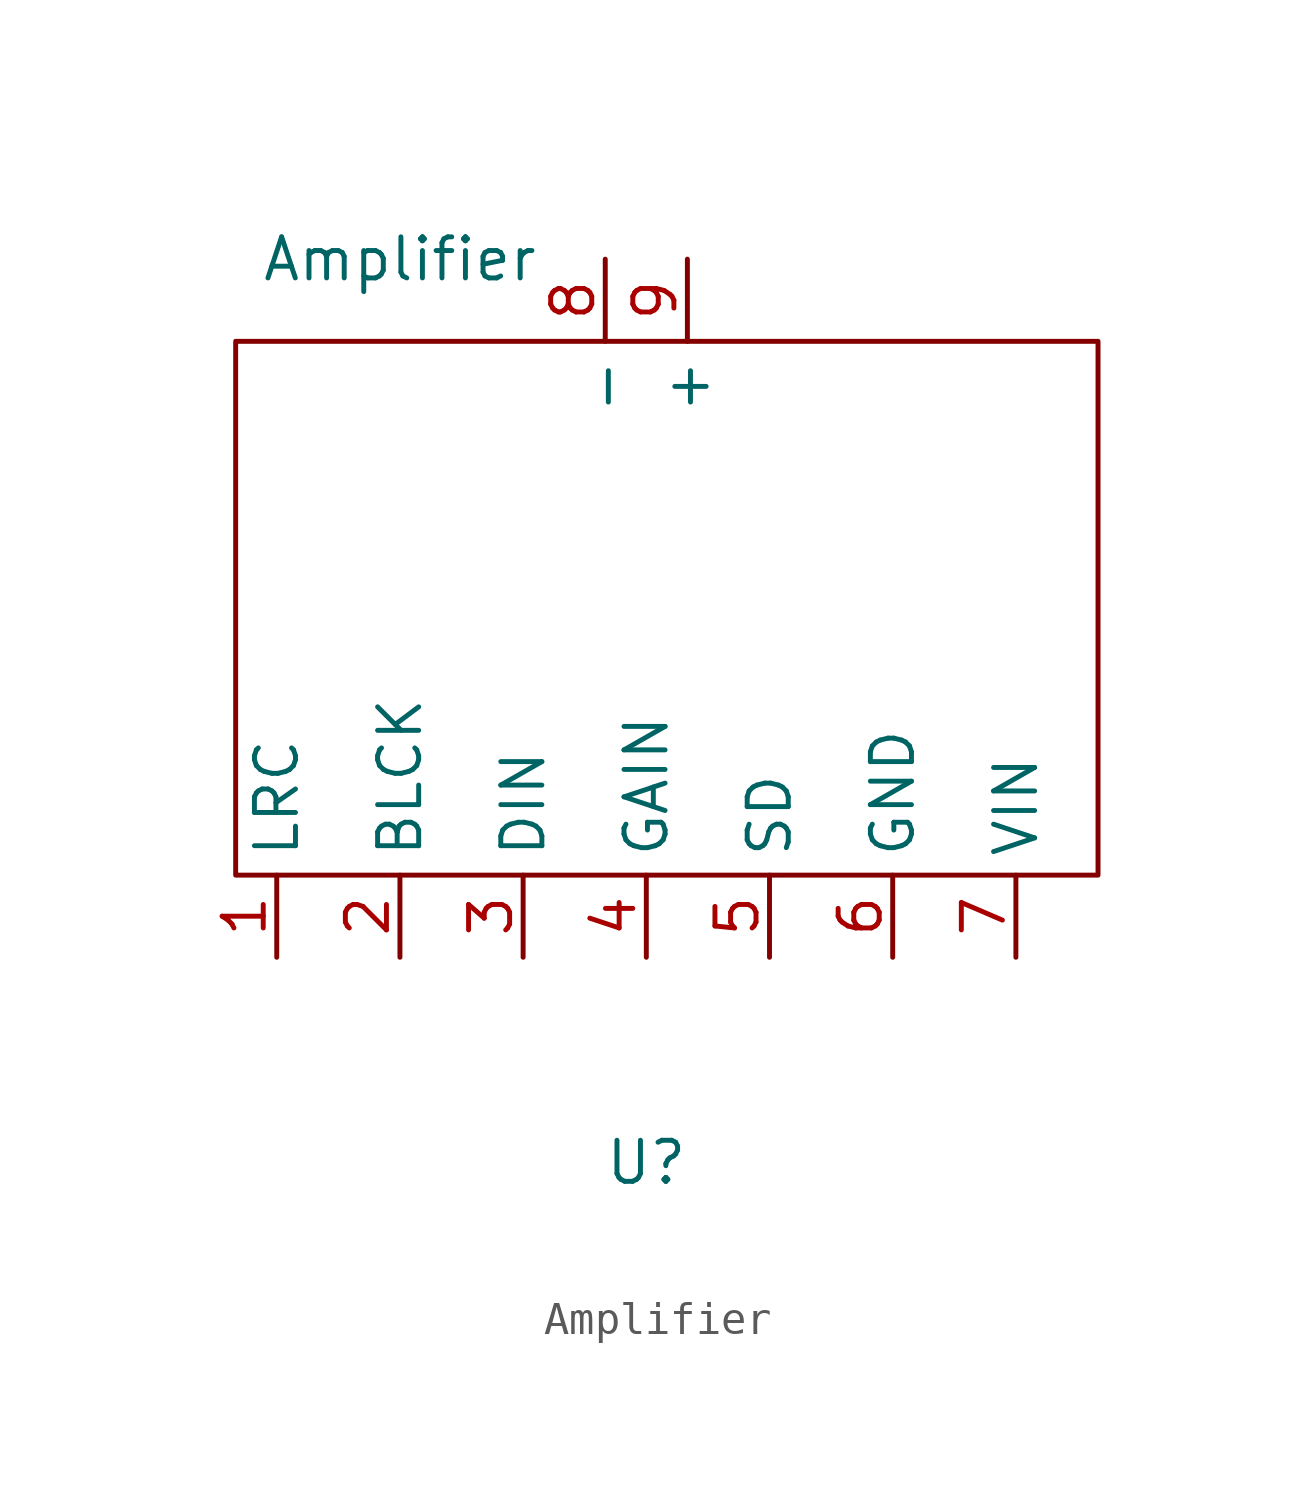
<source format=kicad_sym>
(kicad_symbol_lib
  (version 20211014)
  (generator kicad_symbol_editor)
  (symbol "Amplifier"
    (property "Reference" "U"
      (at 0 -19.05 0)
      (effects (font (size 1.27 1.27))))
    (property "Value" "Amplifier"
      (at -7.62 8.89 0)
      (effects (font (size 1.27 1.27))))
    (symbol "Amplifier_0_1"
      (rectangle (start -12.7 6.35) (end 13.97 -10.16) (stroke (width 0) (type default) (color 0 0 0 0)) (fill (type none))))
    (symbol "Amplifier_1_1"
      (pin input line (at -11.43 -12.7 90) (length 2.54) (name "LRC" (effects (font (size 1.27 1.27)))) (number "1" (effects (font (size 1.27 1.27)))))
      (pin input line (at -7.62 -12.7 90) (length 2.54) (name "BLCK" (effects (font (size 1.27 1.27)))) (number "2" (effects (font (size 1.27 1.27)))))
      (pin input line (at -3.81 -12.7 90) (length 2.54) (name "DIN" (effects (font (size 1.27 1.27)))) (number "3" (effects (font (size 1.27 1.27)))))
      (pin input line (at 0 -12.7 90) (length 2.54) (name "GAIN" (effects (font (size 1.27 1.27)))) (number "4" (effects (font (size 1.27 1.27)))))
      (pin input line (at 3.81 -12.7 90) (length 2.54) (name "SD" (effects (font (size 1.27 1.27)))) (number "5" (effects (font (size 1.27 1.27)))))
      (pin power_in line (at 7.62 -12.7 90) (length 2.54) (name "GND" (effects (font (size 1.27 1.27)))) (number "6" (effects (font (size 1.27 1.27)))))
      (pin power_in line (at 11.43 -12.7 90) (length 2.54) (name "VIN" (effects (font (size 1.27 1.27)))) (number "7" (effects (font (size 1.27 1.27)))))
      (pin power_out line (at -1.27 8.89 270) (length 2.54) (name "-" (effects (font (size 1.27 1.27)))) (number "8" (effects (font (size 1.27 1.27)))))
      (pin power_out line (at 1.27 8.89 270) (length 2.54) (name "+" (effects (font (size 1.27 1.27)))) (number "9" (effects (font (size 1.27 1.27))))))))
</source>
